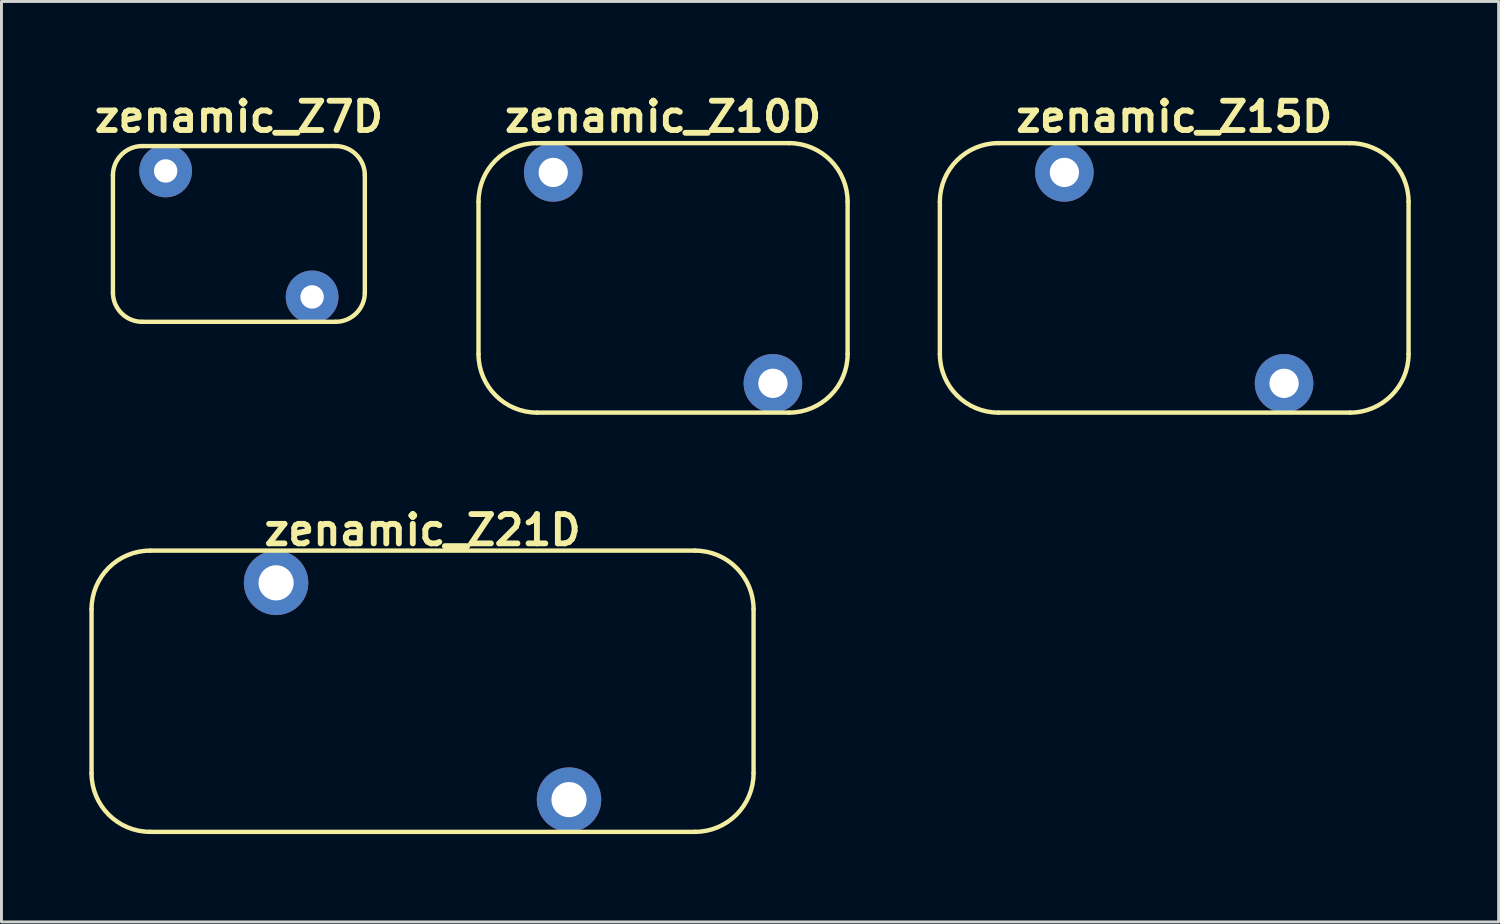
<source format=kicad_pcb>
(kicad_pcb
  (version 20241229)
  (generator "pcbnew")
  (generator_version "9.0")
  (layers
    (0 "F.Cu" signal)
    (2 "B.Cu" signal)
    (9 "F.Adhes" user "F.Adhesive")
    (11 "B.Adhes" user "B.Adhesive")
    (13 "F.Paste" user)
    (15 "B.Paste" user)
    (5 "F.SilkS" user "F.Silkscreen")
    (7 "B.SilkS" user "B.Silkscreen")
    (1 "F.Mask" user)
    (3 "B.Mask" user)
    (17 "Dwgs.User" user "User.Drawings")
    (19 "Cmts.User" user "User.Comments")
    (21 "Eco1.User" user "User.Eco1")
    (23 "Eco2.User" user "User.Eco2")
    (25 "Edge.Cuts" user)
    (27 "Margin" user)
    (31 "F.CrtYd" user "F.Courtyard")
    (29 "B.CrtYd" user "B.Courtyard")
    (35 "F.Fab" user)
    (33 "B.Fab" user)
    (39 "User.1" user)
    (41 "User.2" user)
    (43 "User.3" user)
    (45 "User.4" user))
  (footprint "zenamic_Z10D"
    (layer "F.Cu")
    (at 19.585 6.436)
    (property "Reference" "zenamic_Z10D" (at 0 -5.5 0) (layer "F.SilkS") (effects (font (size 1 1) (thickness 0.2))))
    (attr through_hole)
    (fp_line (start -6.3 -2.6) (end -6.3 2.6) (stroke (width 0.15) (type solid)) (layer "F.SilkS"))
    (fp_line (start -4.3 4.6) (end 4.3 4.6) (stroke (width 0.15) (type solid)) (layer "F.SilkS"))
    (fp_line (start 4.3 -4.6) (end -4.3 -4.6) (stroke (width 0.15) (type solid)) (layer "F.SilkS"))
    (fp_line (start 6.3 2.6) (end 6.3 -2.6) (stroke (width 0.15) (type solid)) (layer "F.SilkS"))
    (fp_arc (start -6.3 -2.6) (mid -5.714214 -4.014214) (end -4.3 -4.6) (stroke (width 0.15) (type solid)) (layer "F.SilkS"))
    (fp_arc (start -4.3 4.6) (mid -5.714214 4.014214) (end -6.3 2.6) (stroke (width 0.15) (type solid)) (layer "F.SilkS"))
    (fp_arc (start 4.3 -4.6) (mid 5.714214 -4.014214) (end 6.3 -2.6) (stroke (width 0.15) (type solid)) (layer "F.SilkS"))
    (fp_arc (start 6.3 2.6) (mid 5.714214 4.014214) (end 4.3 4.6) (stroke (width 0.15) (type solid)) (layer "F.SilkS"))
    (pad "1" thru_hole circle (at -3.75 -3.6) (size 2 2) (drill 1) (layers "*.Cu" "*.Mask"))
    (pad "2" thru_hole circle (at 3.75 3.6) (size 2 2) (drill 1) (layers "*.Cu" "*.Mask")))
  (footprint "zenamic_Z15D"
    (layer "F.Cu")
    (at 37.035 6.436)
    (property "Reference" "zenamic_Z15D" (at 0 -5.5 0) (layer "F.SilkS") (effects (font (size 1 1) (thickness 0.2))))
    (attr through_hole)
    (fp_line (start -8 -2.6) (end -8 2.6) (stroke (width 0.15) (type solid)) (layer "F.SilkS"))
    (fp_line (start -6 4.6) (end 6 4.6) (stroke (width 0.15) (type solid)) (layer "F.SilkS"))
    (fp_line (start 6 -4.6) (end -6 -4.6) (stroke (width 0.15) (type solid)) (layer "F.SilkS"))
    (fp_line (start 8 2.6) (end 8 -2.6) (stroke (width 0.15) (type solid)) (layer "F.SilkS"))
    (fp_arc (start -8 -2.6) (mid -7.414214 -4.014214) (end -6 -4.6) (stroke (width 0.15) (type solid)) (layer "F.SilkS"))
    (fp_arc (start -6 4.6) (mid -7.414214 4.014214) (end -8 2.6) (stroke (width 0.15) (type solid)) (layer "F.SilkS"))
    (fp_arc (start 6 -4.6) (mid 7.414214 -4.014214) (end 8 -2.6) (stroke (width 0.15) (type solid)) (layer "F.SilkS"))
    (fp_arc (start 8 2.6) (mid 7.414214 4.014214) (end 6 4.6) (stroke (width 0.15) (type solid)) (layer "F.SilkS"))
    (pad "1" thru_hole circle (at -3.75 -3.6) (size 2 2) (drill 1) (layers "*.Cu" "*.Mask"))
    (pad "2" thru_hole circle (at 3.75 3.6) (size 2 2) (drill 1) (layers "*.Cu" "*.Mask")))
  (footprint "zenamic_Z7D"
    (layer "F.Cu")
    (at 5.105 4.936)
    (property "Reference" "zenamic_Z7D" (at 0 -4 0) (layer "F.SilkS") (effects (font (size 1 1) (thickness 0.2))))
    (attr through_hole)
    (fp_line (start -4.3 -2) (end -4.3 2) (stroke (width 0.15) (type solid)) (layer "F.SilkS"))
    (fp_line (start -3.3 3) (end 3.3 3) (stroke (width 0.15) (type solid)) (layer "F.SilkS"))
    (fp_line (start 3.3 -3) (end -3.3 -3) (stroke (width 0.15) (type solid)) (layer "F.SilkS"))
    (fp_line (start 4.3 2) (end 4.3 -2) (stroke (width 0.15) (type solid)) (layer "F.SilkS"))
    (fp_arc (start -4.3 -2) (mid -4.007107 -2.707107) (end -3.3 -3) (stroke (width 0.15) (type solid)) (layer "F.SilkS"))
    (fp_arc (start -3.3 3) (mid -4.007107 2.707107) (end -4.3 2) (stroke (width 0.15) (type solid)) (layer "F.SilkS"))
    (fp_arc (start 3.3 -3) (mid 4.007107 -2.707107) (end 4.3 -2) (stroke (width 0.15) (type solid)) (layer "F.SilkS"))
    (fp_arc (start 4.3 2) (mid 4.007107 2.707107) (end 3.3 3) (stroke (width 0.15) (type solid)) (layer "F.SilkS"))
    (pad "1" thru_hole circle (at -2.5 -2.15) (size 1.8 1.8) (drill 0.8) (layers "*.Cu" "*.Mask"))
    (pad "2" thru_hole circle (at 2.5 2.15) (size 1.8 1.8) (drill 0.8) (layers "*.Cu" "*.Mask")))
  (footprint "zenamic_Z21D"
    (layer "F.Cu")
    (at 11.375 20.547)
    (property "Reference" "zenamic_Z21D" (at 0 -5.5 0) (layer "F.SilkS") (effects (font (size 1 1) (thickness 0.2))))
    (attr through_hole)
    (fp_line (start -11.3 -2.8) (end -11.3 2.8) (stroke (width 0.15) (type solid)) (layer "F.SilkS"))
    (fp_line (start -9.3 4.8) (end 9.3 4.8) (stroke (width 0.15) (type solid)) (layer "F.SilkS"))
    (fp_line (start 9.3 -4.8) (end -9.3 -4.8) (stroke (width 0.15) (type solid)) (layer "F.SilkS"))
    (fp_line (start 11.3 2.8) (end 11.3 -2.8) (stroke (width 0.15) (type solid)) (layer "F.SilkS"))
    (fp_arc (start -11.3 -2.8) (mid -10.714214 -4.214214) (end -9.3 -4.8) (stroke (width 0.15) (type solid)) (layer "F.SilkS"))
    (fp_arc (start -9.3 4.8) (mid -10.714214 4.214214) (end -11.3 2.8) (stroke (width 0.15) (type solid)) (layer "F.SilkS"))
    (fp_arc (start 9.3 -4.8) (mid 10.714214 -4.214214) (end 11.3 -2.8) (stroke (width 0.15) (type solid)) (layer "F.SilkS"))
    (fp_arc (start 11.3 2.8) (mid 10.714214 4.214214) (end 9.3 4.8) (stroke (width 0.15) (type solid)) (layer "F.SilkS"))
    (pad "1" thru_hole circle (at -5 -3.7) (size 2.2 2.2) (drill 1.2) (layers "*.Cu" "*.Mask"))
    (pad "2" thru_hole circle (at 5 3.7) (size 2.2 2.2) (drill 1.2) (layers "*.Cu" "*.Mask")))
  (gr_rect
    (start -3 -3)
    (end 48.11 28.422)
    (stroke (width 0.1) (type default))
    (fill no)
    (layer "Edge.Cuts")))
</source>
